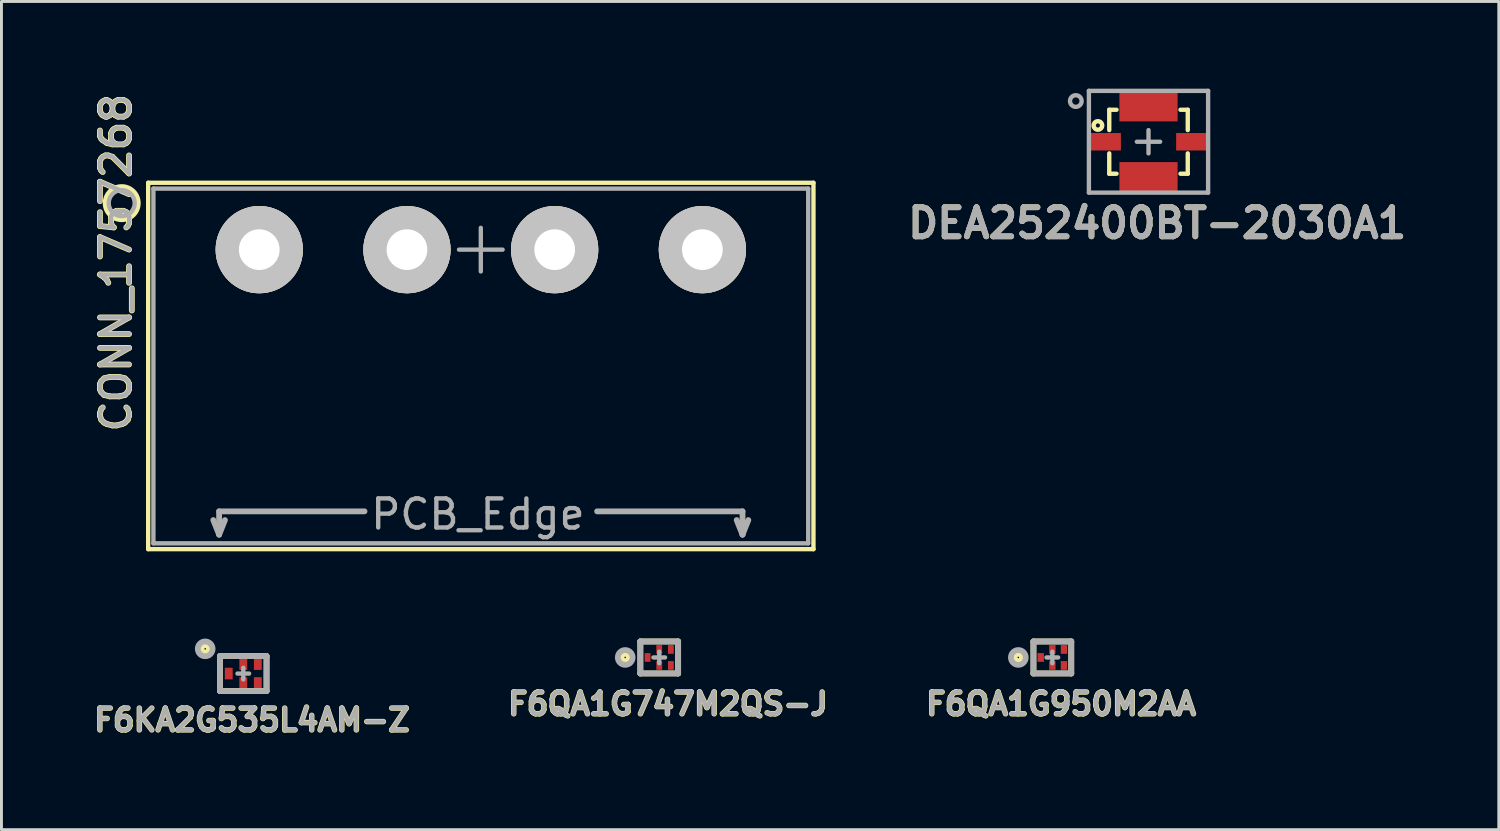
<source format=kicad_pcb>
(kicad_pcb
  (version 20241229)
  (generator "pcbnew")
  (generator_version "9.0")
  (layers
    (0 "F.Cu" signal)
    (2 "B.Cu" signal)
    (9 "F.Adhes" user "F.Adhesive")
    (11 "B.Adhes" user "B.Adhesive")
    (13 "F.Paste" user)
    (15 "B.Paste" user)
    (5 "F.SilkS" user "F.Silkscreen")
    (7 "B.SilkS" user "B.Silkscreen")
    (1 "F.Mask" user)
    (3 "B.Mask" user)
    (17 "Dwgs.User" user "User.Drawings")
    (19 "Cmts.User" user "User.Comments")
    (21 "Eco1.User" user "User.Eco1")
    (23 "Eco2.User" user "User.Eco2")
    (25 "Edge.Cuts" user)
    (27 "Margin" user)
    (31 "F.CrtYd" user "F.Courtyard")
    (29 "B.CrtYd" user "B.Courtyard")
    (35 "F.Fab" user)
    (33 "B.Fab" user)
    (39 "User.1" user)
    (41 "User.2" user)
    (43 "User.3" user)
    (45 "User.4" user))
  (footprint "F6QA1G950M2AA"
    (layer "F.Cu")
    (at 33.142 19.561)
    (property "Reference" "F6QA1G950M2AA" (at 0.3 1.6 0) (layer "F.SilkS") (effects (font (size 0.75 0.75) (thickness 0.188))))
    (attr through_hole)
    (fp_line (start -0.65 -0.55) (end -0.65 0.55) (stroke (width 0.2) (type solid)) (layer "F.SilkS"))
    (fp_line (start -0.65 -0.55) (end 0.65 -0.55) (stroke (width 0.2) (type solid)) (layer "F.SilkS"))
    (fp_line (start -0.65 0.55) (end 0.65 0.55) (stroke (width 0.2) (type solid)) (layer "F.SilkS"))
    (fp_line (start 0.65 -0.55) (end 0.65 0.55) (stroke (width 0.2) (type solid)) (layer "F.SilkS"))
    (fp_circle (center -1.17 0) (end -1.043 0) (stroke (width 0.2) (type solid)) (fill no) (layer "F.SilkS"))
    (fp_line (start -0.65 -0.55) (end -0.65 0.55) (stroke (width 0.2) (type solid)) (layer "F.Fab"))
    (fp_line (start -0.65 -0.55) (end 0.65 -0.55) (stroke (width 0.2) (type solid)) (layer "F.Fab"))
    (fp_line (start -0.65 0.55) (end 0.65 0.55) (stroke (width 0.2) (type solid)) (layer "F.Fab"))
    (fp_line (start -0.2 0) (end 0.2 0) (stroke (width 0.15) (type solid)) (layer "F.Fab"))
    (fp_line (start 0 -0.2) (end 0 0.2) (stroke (width 0.15) (type solid)) (layer "F.Fab"))
    (fp_line (start 0.65 -0.55) (end 0.65 0.55) (stroke (width 0.2) (type solid)) (layer "F.Fab"))
    (fp_circle (center -1.17 0) (end -1.424 0) (stroke (width 0.2) (type solid)) (fill no) (layer "F.Fab"))
    (fp_text user "${REFERENCE}" (at 0.3 1.6 0) (layer "F.Fab") (effects (font (size 0.75 0.75) (thickness 0.15))))
    (pad "1" smd rect (at -0.4 0) (size 0.22 0.3) (layers "F.Cu" "F.Mask" "F.Paste"))
    (pad "2" smd rect (at 0 0.275) (size 0.22 0.3) (layers "F.Cu" "F.Mask" "F.Paste"))
    (pad "3" smd rect (at 0.4 0.275) (size 0.22 0.3) (layers "F.Cu" "F.Mask" "F.Paste"))
    (pad "4" smd rect (at 0.4 -0.275) (size 0.22 0.3) (layers "F.Cu" "F.Mask" "F.Paste"))
    (pad "5" smd rect (at 0 -0.275) (size 0.22 0.3) (layers "F.Cu" "F.Mask" "F.Paste")))
  (footprint "F6KA2G535L4AM-Z"
    (layer "F.Cu")
    (at 5.317 20.115)
    (property "Reference" "F6KA2G535L4AM-Z" (at 0.3 1.6 0) (layer "F.SilkS") (effects (font (size 0.75 0.75) (thickness 0.188))))
    (attr through_hole)
    (fp_line (start -0.8 -0.6) (end -0.8 0.6) (stroke (width 0.2) (type solid)) (layer "F.SilkS"))
    (fp_line (start -0.8 -0.6) (end 0.8 -0.6) (stroke (width 0.2) (type solid)) (layer "F.SilkS"))
    (fp_line (start -0.8 0.6) (end 0.8 0.6) (stroke (width 0.2) (type solid)) (layer "F.SilkS"))
    (fp_line (start 0.8 -0.6) (end 0.8 0.6) (stroke (width 0.2) (type solid)) (layer "F.SilkS"))
    (fp_circle (center -1.31 -0.85) (end -1.183 -0.85) (stroke (width 0.2) (type solid)) (fill no) (layer "F.SilkS"))
    (fp_line (start -0.8 -0.6) (end -0.8 0.6) (stroke (width 0.2) (type solid)) (layer "F.Fab"))
    (fp_line (start -0.8 -0.6) (end 0.8 -0.6) (stroke (width 0.2) (type solid)) (layer "F.Fab"))
    (fp_line (start -0.8 0.6) (end 0.8 0.6) (stroke (width 0.2) (type solid)) (layer "F.Fab"))
    (fp_line (start -0.2 0) (end 0.2 0) (stroke (width 0.15) (type solid)) (layer "F.Fab"))
    (fp_line (start 0 -0.2) (end 0 0.2) (stroke (width 0.15) (type solid)) (layer "F.Fab"))
    (fp_line (start 0.8 -0.6) (end 0.8 0.6) (stroke (width 0.2) (type solid)) (layer "F.Fab"))
    (fp_circle (center -1.31 -0.85) (end -1.564 -0.85) (stroke (width 0.2) (type solid)) (fill no) (layer "F.Fab"))
    (fp_text user "${REFERENCE}" (at 0.3 1.6 0) (layer "F.Fab") (effects (font (size 0.75 0.75) (thickness 0.15))))
    (pad "1" smd rect (at -0.5 0) (size 0.27 0.4) (layers "F.Cu" "F.Mask" "F.Paste"))
    (pad "2" smd rect (at 0 0.325) (size 0.27 0.4) (layers "F.Cu" "F.Mask" "F.Paste"))
    (pad "3" smd rect (at 0.5 0.325) (size 0.27 0.4) (layers "F.Cu" "F.Mask" "F.Paste"))
    (pad "4" smd rect (at 0.5 -0.325) (size 0.27 0.4) (layers "F.Cu" "F.Mask" "F.Paste"))
    (pad "5" smd rect (at 0 -0.325) (size 0.27 0.4) (layers "F.Cu" "F.Mask" "F.Paste")))
  (footprint "F6QA1G747M2QS-J"
    (layer "F.Cu")
    (at 19.622 19.561)
    (property "Reference" "F6QA1G747M2QS-J" (at 0.3 1.6 0) (layer "F.SilkS") (effects (font (size 0.75 0.75) (thickness 0.188))))
    (attr through_hole)
    (fp_line (start -0.65 -0.55) (end -0.65 0.55) (stroke (width 0.2) (type solid)) (layer "F.SilkS"))
    (fp_line (start -0.65 -0.55) (end 0.65 -0.55) (stroke (width 0.2) (type solid)) (layer "F.SilkS"))
    (fp_line (start -0.65 0.55) (end 0.65 0.55) (stroke (width 0.2) (type solid)) (layer "F.SilkS"))
    (fp_line (start 0.65 -0.55) (end 0.65 0.55) (stroke (width 0.2) (type solid)) (layer "F.SilkS"))
    (fp_circle (center -1.17 0) (end -1.043 0) (stroke (width 0.2) (type solid)) (fill no) (layer "F.SilkS"))
    (fp_line (start -0.65 -0.55) (end -0.65 0.55) (stroke (width 0.2) (type solid)) (layer "F.Fab"))
    (fp_line (start -0.65 -0.55) (end 0.65 -0.55) (stroke (width 0.2) (type solid)) (layer "F.Fab"))
    (fp_line (start -0.65 0.55) (end 0.65 0.55) (stroke (width 0.2) (type solid)) (layer "F.Fab"))
    (fp_line (start -0.2 0) (end 0.2 0) (stroke (width 0.15) (type solid)) (layer "F.Fab"))
    (fp_line (start 0 -0.2) (end 0 0.2) (stroke (width 0.15) (type solid)) (layer "F.Fab"))
    (fp_line (start 0.65 -0.55) (end 0.65 0.55) (stroke (width 0.2) (type solid)) (layer "F.Fab"))
    (fp_circle (center -1.17 0) (end -1.424 0) (stroke (width 0.2) (type solid)) (fill no) (layer "F.Fab"))
    (fp_text user "${REFERENCE}" (at 0.3 1.6 0) (layer "F.Fab") (effects (font (size 0.75 0.75) (thickness 0.15))))
    (pad "1" smd rect (at -0.4 0) (size 0.2 0.3) (layers "F.Cu" "F.Mask" "F.Paste"))
    (pad "2" smd rect (at 0 0.275) (size 0.2 0.3) (layers "F.Cu" "F.Mask" "F.Paste"))
    (pad "3" smd rect (at 0.4 0.275) (size 0.2 0.3) (layers "F.Cu" "F.Mask" "F.Paste"))
    (pad "4" smd rect (at 0.4 -0.275) (size 0.2 0.3) (layers "F.Cu" "F.Mask" "F.Paste"))
    (pad "5" smd rect (at 0 -0.275) (size 0.2 0.3) (layers "F.Cu" "F.Mask" "F.Paste")))
  (footprint "CONN_1757268"
    (layer "F.Cu")
    (at 13.486 5.536)
    (property "Reference" "CONN_1757268" (at -12.55 0.45 90) (layer "F.SilkS") (effects (font (size 1 1) (thickness 0.2))))
    (attr through_hole)
    (fp_line (start -11.44 -2.3) (end -11.44 10.3) (stroke (width 0.15) (type solid)) (layer "F.SilkS"))
    (fp_line (start -11.44 -2.3) (end 11.44 -2.3) (stroke (width 0.15) (type solid)) (layer "F.SilkS"))
    (fp_line (start -11.44 10.3) (end 11.44 10.3) (stroke (width 0.15) (type solid)) (layer "F.SilkS"))
    (fp_line (start 11.44 -2.3) (end 11.44 10.3) (stroke (width 0.15) (type solid)) (layer "F.SilkS"))
    (fp_circle (center -12.35 -1.6) (end -11.8 -1.55) (stroke (width 0.2) (type solid)) (fill no) (layer "F.SilkS"))
    (fp_line (start -11.26 -2.1) (end -11.26 10.1) (stroke (width 0.15) (type solid)) (layer "F.Fab"))
    (fp_line (start -11.26 10.1) (end 11.26 10.1) (stroke (width 0.15) (type solid)) (layer "F.Fab"))
    (fp_line (start -9 9) (end -9 9.8) (stroke (width 0.2) (type solid)) (layer "F.Fab"))
    (fp_line (start -9 9.8) (end -9.2 9.3) (stroke (width 0.2) (type solid)) (layer "F.Fab"))
    (fp_line (start -9 9.8) (end -8.8 9.3) (stroke (width 0.2) (type solid)) (layer "F.Fab"))
    (fp_line (start -4 9) (end -9 9) (stroke (width 0.2) (type solid)) (layer "F.Fab"))
    (fp_line (start -0.75 0) (end 0.75 0) (stroke (width 0.15) (type solid)) (layer "F.Fab"))
    (fp_line (start 0 -0.75) (end 0 0.75) (stroke (width 0.15) (type solid)) (layer "F.Fab"))
    (fp_line (start 4 9) (end 9 9) (stroke (width 0.2) (type solid)) (layer "F.Fab"))
    (fp_line (start 9 9) (end 9 9.8) (stroke (width 0.2) (type solid)) (layer "F.Fab"))
    (fp_line (start 9 9.8) (end 8.8 9.3) (stroke (width 0.2) (type solid)) (layer "F.Fab"))
    (fp_line (start 9 9.8) (end 9.2 9.3) (stroke (width 0.2) (type solid)) (layer "F.Fab"))
    (fp_line (start 11.26 -2.1) (end -11.26 -2.1) (stroke (width 0.15) (type solid)) (layer "F.Fab"))
    (fp_line (start 11.26 -2.1) (end 11.26 10.1) (stroke (width 0.15) (type solid)) (layer "F.Fab"))
    (fp_circle (center -12.35 -1.6) (end -11.95 -1.4) (stroke (width 0.15) (type solid)) (fill no) (layer "F.Fab"))
    (fp_text user "${REFERENCE}" (at -12.55 0.45 90) (layer "F.Fab") (effects (font (size 1 1) (thickness 0.15))))
    (fp_text user "PCB_Edge" (at -0.1 9.1 0) (layer "F.Fab") (effects (font (size 1 1) (thickness 0.15))))
    (pad "1" thru_hole circle (at -7.62 0) (size 3 3) (drill 1.4) (layers "*.Cu" "*.Mask" "F.SilkS" "B.Paste" "Dwgs.User"))
    (pad "2" thru_hole circle (at -2.54 0) (size 3 3) (drill 1.4) (layers "*.Cu" "*.Mask" "F.SilkS" "B.Paste" "Dwgs.User"))
    (pad "3" thru_hole circle (at 2.54 0) (size 3 3) (drill 1.4) (layers "*.Cu" "*.Mask" "F.SilkS" "B.Paste" "Dwgs.User"))
    (pad "4" thru_hole circle (at 7.62 0) (size 3 3) (drill 1.4) (layers "*.Cu" "*.Mask" "F.SilkS" "B.Paste" "Dwgs.User")))
  (footprint "DEA252400BT-2030A1"
    (layer "F.Cu")
    (at 36.449 1.825)
    (property "Reference" "DEA252400BT-2030A1" (at 0.3 2.8 0) (layer "F.SilkS") (effects (font (size 1 1) (thickness 0.2))))
    (attr through_hole)
    (fp_line (start -1.35 -1.1) (end -1.1 -1.1) (stroke (width 0.15) (type solid)) (layer "F.SilkS"))
    (fp_line (start -1.35 -0.4) (end -1.35 -1.1) (stroke (width 0.15) (type solid)) (layer "F.SilkS"))
    (fp_line (start -1.35 0.4) (end -1.35 1.1) (stroke (width 0.15) (type solid)) (layer "F.SilkS"))
    (fp_line (start -1.35 1.1) (end -1.1 1.1) (stroke (width 0.15) (type solid)) (layer "F.SilkS"))
    (fp_line (start 1.35 -1.1) (end 1.1 -1.1) (stroke (width 0.15) (type solid)) (layer "F.SilkS"))
    (fp_line (start 1.35 -0.4) (end 1.35 -1.1) (stroke (width 0.15) (type solid)) (layer "F.SilkS"))
    (fp_line (start 1.35 0.4) (end 1.35 1.1) (stroke (width 0.15) (type solid)) (layer "F.SilkS"))
    (fp_line (start 1.35 1.1) (end 1.1 1.1) (stroke (width 0.15) (type solid)) (layer "F.SilkS"))
    (fp_circle (center -1.74 -0.56) (end -1.633 -0.46) (stroke (width 0.152) (type solid)) (fill no) (layer "F.SilkS"))
    (fp_line (start -2.05 -1.75) (end 2.05 -1.75) (stroke (width 0.15) (type solid)) (layer "F.Fab"))
    (fp_line (start -2.05 1.75) (end -2.05 -1.75) (stroke (width 0.15) (type solid)) (layer "F.Fab"))
    (fp_line (start -0.4 0) (end 0.4 0) (stroke (width 0.15) (type solid)) (layer "F.Fab"))
    (fp_line (start 0 -0.4) (end 0 0.4) (stroke (width 0.15) (type solid)) (layer "F.Fab"))
    (fp_line (start 2.05 -1.75) (end 2.05 1.75) (stroke (width 0.15) (type solid)) (layer "F.Fab"))
    (fp_line (start 2.05 1.75) (end -2.05 1.75) (stroke (width 0.15) (type solid)) (layer "F.Fab"))
    (fp_circle (center -2.5 -1.4) (end -2.3 -1.4) (stroke (width 0.15) (type solid)) (fill no) (layer "F.Fab"))
    (fp_text user "${REFERENCE}" (at 0.3 2.8 0) (layer "F.Fab") (effects (font (size 1 1) (thickness 0.2))))
    (pad "1" smd rect (at -1.5 0) (size 1.1 0.6) (layers "F.Cu" "F.Mask" "F.Paste"))
    (pad "2" smd rect (at 1.5 0) (size 1.1 0.6) (layers "F.Cu" "F.Mask" "F.Paste"))
    (pad "3" smd rect (at 0 -1.225) (size 2 1.05) (layers "F.Cu" "F.Mask" "F.Paste"))
    (pad "4" smd rect (at 0 1.225) (size 2 1.05) (layers "F.Cu" "F.Mask" "F.Paste")))
  (gr_rect
    (start -3 -3)
    (end 48.496 25.483)
    (stroke (width 0.1) (type default))
    (fill no)
    (layer "Edge.Cuts")))
</source>
